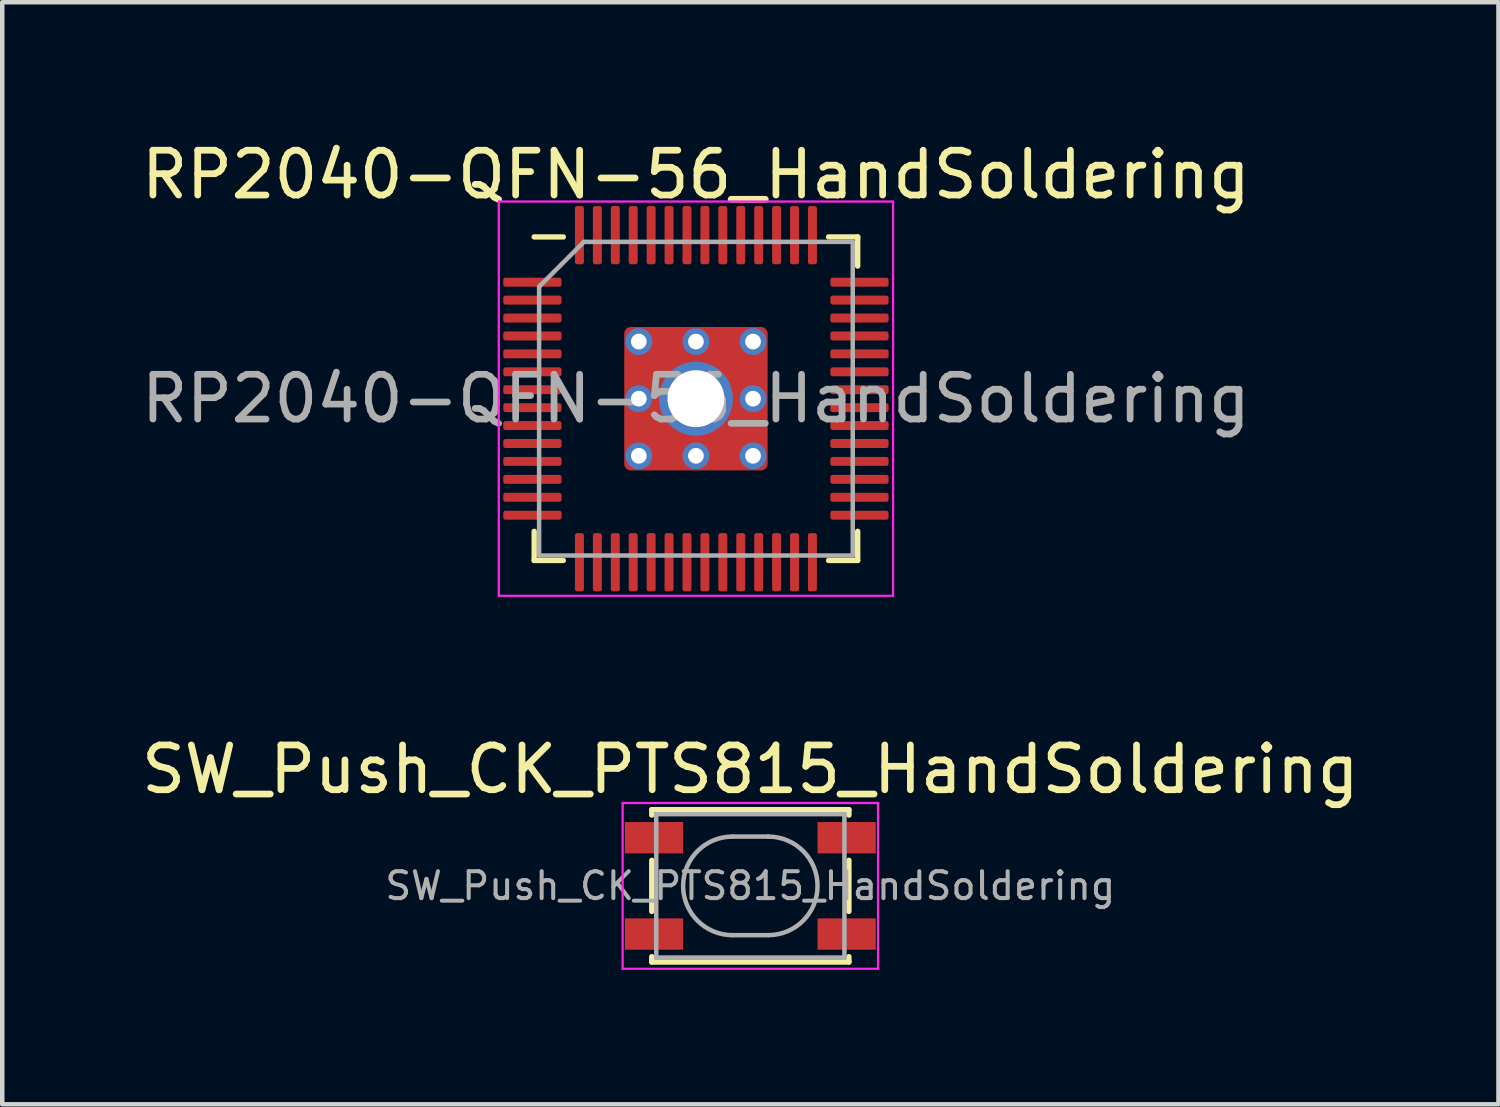
<source format=kicad_pcb>
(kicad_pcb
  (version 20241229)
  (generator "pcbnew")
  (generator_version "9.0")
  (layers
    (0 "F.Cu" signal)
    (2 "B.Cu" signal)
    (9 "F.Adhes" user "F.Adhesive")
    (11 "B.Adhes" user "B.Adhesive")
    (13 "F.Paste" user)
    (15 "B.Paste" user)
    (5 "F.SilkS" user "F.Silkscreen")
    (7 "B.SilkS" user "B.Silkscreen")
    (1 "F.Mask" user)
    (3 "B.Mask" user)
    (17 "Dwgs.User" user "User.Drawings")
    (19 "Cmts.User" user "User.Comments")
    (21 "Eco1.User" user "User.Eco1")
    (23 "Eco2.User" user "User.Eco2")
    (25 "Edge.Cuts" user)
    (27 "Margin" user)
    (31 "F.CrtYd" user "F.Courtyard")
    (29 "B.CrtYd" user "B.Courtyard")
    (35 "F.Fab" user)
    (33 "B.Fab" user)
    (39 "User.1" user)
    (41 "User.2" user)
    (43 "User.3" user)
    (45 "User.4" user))
  (footprint "SW_Push_CK_PTS815_HandSoldering"
    (layer "F.Cu")
    (at 13.696 16.721)
    (property "Reference" "SW_Push_CK_PTS815_HandSoldering" (at 0 -2.6 0) (layer "F.SilkS") (effects (font (size 1 1) (thickness 0.15))))
    (attr smd)
    (fp_line (start -2.2 -1.7) (end -2.2 -1.58) (stroke (width 0.12) (type solid)) (layer "F.SilkS"))
    (fp_line (start -2.2 -0.57) (end -2.2 0.57) (stroke (width 0.12) (type solid)) (layer "F.SilkS"))
    (fp_line (start -2.2 1.58) (end -2.2 1.7) (stroke (width 0.12) (type solid)) (layer "F.SilkS"))
    (fp_line (start -2.2 1.7) (end 2.2 1.7) (stroke (width 0.12) (type solid)) (layer "F.SilkS"))
    (fp_line (start 2.2 -1.7) (end -2.2 -1.7) (stroke (width 0.12) (type solid)) (layer "F.SilkS"))
    (fp_line (start 2.2 -1.58) (end 2.2 -1.7) (stroke (width 0.12) (type solid)) (layer "F.SilkS"))
    (fp_line (start 2.2 0.57) (end 2.2 -0.57) (stroke (width 0.12) (type solid)) (layer "F.SilkS"))
    (fp_line (start 2.2 1.7) (end 2.2 1.58) (stroke (width 0.12) (type solid)) (layer "F.SilkS"))
    (fp_line (start -2.85 -1.85) (end 2.85 -1.85) (stroke (width 0.05) (type solid)) (layer "F.CrtYd"))
    (fp_line (start -2.85 1.85) (end -2.85 -1.85) (stroke (width 0.05) (type solid)) (layer "F.CrtYd"))
    (fp_line (start 2.85 -1.85) (end 2.85 1.85) (stroke (width 0.05) (type solid)) (layer "F.CrtYd"))
    (fp_line (start 2.85 1.85) (end -2.85 1.85) (stroke (width 0.05) (type solid)) (layer "F.CrtYd"))
    (fp_line (start -2.1 -1.6) (end -2.1 1.6) (stroke (width 0.1) (type solid)) (layer "F.Fab"))
    (fp_line (start -2.1 1.6) (end 2.1 1.6) (stroke (width 0.1) (type solid)) (layer "F.Fab"))
    (fp_line (start -0.4 -1.1) (end 0.4 -1.1) (stroke (width 0.1) (type solid)) (layer "F.Fab"))
    (fp_line (start 0.4 1.1) (end -0.4 1.1) (stroke (width 0.1) (type solid)) (layer "F.Fab"))
    (fp_line (start 2.1 -1.6) (end -2.1 -1.6) (stroke (width 0.1) (type solid)) (layer "F.Fab"))
    (fp_line (start 2.1 1.6) (end 2.1 -1.6) (stroke (width 0.1) (type solid)) (layer "F.Fab"))
    (fp_arc (start -0.4 1.1) (mid -1.5 0) (end -0.4 -1.1) (stroke (width 0.1) (type solid)) (layer "F.Fab"))
    (fp_arc (start 0.4 -1.1) (mid 1.5 0) (end 0.4 1.1) (stroke (width 0.1) (type solid)) (layer "F.Fab"))
    (fp_text user "${REFERENCE}" (at 0 0 0) (layer "F.Fab") (effects (font (size 0.6 0.6) (thickness 0.09))))
    (pad "1" smd rect (at -2.15 -1.075) (size 1.3 0.7) (layers "F.Cu" "F.Mask" "F.Paste"))
    (pad "1" smd rect (at 2.15 -1.075) (size 1.3 0.7) (layers "F.Cu" "F.Mask" "F.Paste"))
    (pad "2" smd rect (at -2.15 1.075) (size 1.3 0.7) (layers "F.Cu" "F.Mask" "F.Paste"))
    (pad "2" smd rect (at 2.15 1.075) (size 1.3 0.7) (layers "F.Cu" "F.Mask" "F.Paste")))
  (footprint "RP2040-QFN-56_HandSoldering"
    (layer "F.Cu")
    (at 12.482 5.848)
    (property "Reference" "RP2040-QFN-56_HandSoldering" (at 0 -5 0) (layer "F.SilkS") (effects (font (size 1 1) (thickness 0.15))))
    (attr through_hole)
    (fp_line (start -3.61 3.61) (end -3.61 2.96) (stroke (width 0.12) (type solid)) (layer "F.SilkS"))
    (fp_line (start -2.96 -3.61) (end -3.61 -3.61) (stroke (width 0.12) (type solid)) (layer "F.SilkS"))
    (fp_line (start -2.96 3.61) (end -3.61 3.61) (stroke (width 0.12) (type solid)) (layer "F.SilkS"))
    (fp_line (start 2.96 -3.61) (end 3.61 -3.61) (stroke (width 0.12) (type solid)) (layer "F.SilkS"))
    (fp_line (start 2.96 3.61) (end 3.61 3.61) (stroke (width 0.12) (type solid)) (layer "F.SilkS"))
    (fp_line (start 3.61 -3.61) (end 3.61 -2.96) (stroke (width 0.12) (type solid)) (layer "F.SilkS"))
    (fp_line (start 3.61 3.61) (end 3.61 2.96) (stroke (width 0.12) (type solid)) (layer "F.SilkS"))
    (fp_line (start -4.4 -4.4) (end -4.4 4.4) (stroke (width 0.05) (type solid)) (layer "F.CrtYd"))
    (fp_line (start -4.4 4.4) (end 4.4 4.4) (stroke (width 0.05) (type solid)) (layer "F.CrtYd"))
    (fp_line (start 4.4 -4.4) (end -4.4 -4.4) (stroke (width 0.05) (type solid)) (layer "F.CrtYd"))
    (fp_line (start 4.4 4.4) (end 4.4 -4.4) (stroke (width 0.05) (type solid)) (layer "F.CrtYd"))
    (fp_line (start -3.5 -2.5) (end -2.5 -3.5) (stroke (width 0.1) (type solid)) (layer "F.Fab"))
    (fp_line (start -3.5 3.5) (end -3.5 -2.5) (stroke (width 0.1) (type solid)) (layer "F.Fab"))
    (fp_line (start -2.5 -3.5) (end 3.5 -3.5) (stroke (width 0.1) (type solid)) (layer "F.Fab"))
    (fp_line (start 3.5 -3.5) (end 3.5 3.5) (stroke (width 0.1) (type solid)) (layer "F.Fab"))
    (fp_line (start 3.5 3.5) (end -3.5 3.5) (stroke (width 0.1) (type solid)) (layer "F.Fab"))
    (fp_text user "${REFERENCE}" (at 0 0 0) (layer "F.Fab") (effects (font (size 1 1) (thickness 0.15))))
    (pad "1" smd roundrect (at -3.65 -2.6) (size 1.3 0.2) (layers "F.Cu" "F.Mask" "F.Paste") (roundrect_rratio 0.25))
    (pad "2" smd roundrect (at -3.65 -2.2) (size 1.3 0.2) (layers "F.Cu" "F.Mask" "F.Paste") (roundrect_rratio 0.25))
    (pad "3" smd roundrect (at -3.65 -1.8) (size 1.3 0.2) (layers "F.Cu" "F.Mask" "F.Paste") (roundrect_rratio 0.25))
    (pad "4" smd roundrect (at -3.65 -1.4) (size 1.3 0.2) (layers "F.Cu" "F.Mask" "F.Paste") (roundrect_rratio 0.25))
    (pad "5" smd roundrect (at -3.65 -1) (size 1.3 0.2) (layers "F.Cu" "F.Mask" "F.Paste") (roundrect_rratio 0.25))
    (pad "6" smd roundrect (at -3.65 -0.6) (size 1.3 0.2) (layers "F.Cu" "F.Mask" "F.Paste") (roundrect_rratio 0.25))
    (pad "7" smd roundrect (at -3.65 -0.2) (size 1.3 0.2) (layers "F.Cu" "F.Mask" "F.Paste") (roundrect_rratio 0.25))
    (pad "8" smd roundrect (at -3.65 0.2) (size 1.3 0.2) (layers "F.Cu" "F.Mask" "F.Paste") (roundrect_rratio 0.25))
    (pad "9" smd roundrect (at -3.65 0.6) (size 1.3 0.2) (layers "F.Cu" "F.Mask" "F.Paste") (roundrect_rratio 0.25))
    (pad "10" smd roundrect (at -3.65 1) (size 1.3 0.2) (layers "F.Cu" "F.Mask" "F.Paste") (roundrect_rratio 0.25))
    (pad "11" smd roundrect (at -3.65 1.4) (size 1.3 0.2) (layers "F.Cu" "F.Mask" "F.Paste") (roundrect_rratio 0.25))
    (pad "12" smd roundrect (at -3.65 1.8) (size 1.3 0.2) (layers "F.Cu" "F.Mask" "F.Paste") (roundrect_rratio 0.25))
    (pad "13" smd roundrect (at -3.65 2.2) (size 1.3 0.2) (layers "F.Cu" "F.Mask" "F.Paste") (roundrect_rratio 0.25))
    (pad "14" smd roundrect (at -3.65 2.6) (size 1.3 0.2) (layers "F.Cu" "F.Mask" "F.Paste") (roundrect_rratio 0.25))
    (pad "15" smd roundrect (at -2.6 3.65) (size 0.2 1.3) (layers "F.Cu" "F.Mask" "F.Paste") (roundrect_rratio 0.25))
    (pad "16" smd roundrect (at -2.2 3.65) (size 0.2 1.3) (layers "F.Cu" "F.Mask" "F.Paste") (roundrect_rratio 0.25))
    (pad "17" smd roundrect (at -1.8 3.65) (size 0.2 1.3) (layers "F.Cu" "F.Mask" "F.Paste") (roundrect_rratio 0.25))
    (pad "18" smd roundrect (at -1.4 3.65) (size 0.2 1.3) (layers "F.Cu" "F.Mask" "F.Paste") (roundrect_rratio 0.25))
    (pad "19" smd roundrect (at -1 3.65) (size 0.2 1.3) (layers "F.Cu" "F.Mask" "F.Paste") (roundrect_rratio 0.25))
    (pad "20" smd roundrect (at -0.6 3.65) (size 0.2 1.3) (layers "F.Cu" "F.Mask" "F.Paste") (roundrect_rratio 0.25))
    (pad "21" smd roundrect (at -0.2 3.65) (size 0.2 1.3) (layers "F.Cu" "F.Mask" "F.Paste") (roundrect_rratio 0.25))
    (pad "22" smd roundrect (at 0.2 3.65) (size 0.2 1.3) (layers "F.Cu" "F.Mask" "F.Paste") (roundrect_rratio 0.25))
    (pad "23" smd roundrect (at 0.6 3.65) (size 0.2 1.3) (layers "F.Cu" "F.Mask" "F.Paste") (roundrect_rratio 0.25))
    (pad "24" smd roundrect (at 1 3.65) (size 0.2 1.3) (layers "F.Cu" "F.Mask" "F.Paste") (roundrect_rratio 0.25))
    (pad "25" smd roundrect (at 1.4 3.65) (size 0.2 1.3) (layers "F.Cu" "F.Mask" "F.Paste") (roundrect_rratio 0.25))
    (pad "26" smd roundrect (at 1.8 3.65) (size 0.2 1.3) (layers "F.Cu" "F.Mask" "F.Paste") (roundrect_rratio 0.25))
    (pad "27" smd roundrect (at 2.2 3.65) (size 0.2 1.3) (layers "F.Cu" "F.Mask" "F.Paste") (roundrect_rratio 0.25))
    (pad "28" smd roundrect (at 2.6 3.65) (size 0.2 1.3) (layers "F.Cu" "F.Mask" "F.Paste") (roundrect_rratio 0.25))
    (pad "29" smd roundrect (at 3.65 2.6) (size 1.3 0.2) (layers "F.Cu" "F.Mask" "F.Paste") (roundrect_rratio 0.25))
    (pad "30" smd roundrect (at 3.65 2.2) (size 1.3 0.2) (layers "F.Cu" "F.Mask" "F.Paste") (roundrect_rratio 0.25))
    (pad "31" smd roundrect (at 3.65 1.8) (size 1.3 0.2) (layers "F.Cu" "F.Mask" "F.Paste") (roundrect_rratio 0.25))
    (pad "32" smd roundrect (at 3.65 1.4) (size 1.3 0.2) (layers "F.Cu" "F.Mask" "F.Paste") (roundrect_rratio 0.25))
    (pad "33" smd roundrect (at 3.65 1) (size 1.3 0.2) (layers "F.Cu" "F.Mask" "F.Paste") (roundrect_rratio 0.25))
    (pad "34" smd roundrect (at 3.65 0.6) (size 1.3 0.2) (layers "F.Cu" "F.Mask" "F.Paste") (roundrect_rratio 0.25))
    (pad "35" smd roundrect (at 3.65 0.2) (size 1.3 0.2) (layers "F.Cu" "F.Mask" "F.Paste") (roundrect_rratio 0.25))
    (pad "36" smd roundrect (at 3.65 -0.2) (size 1.3 0.2) (layers "F.Cu" "F.Mask" "F.Paste") (roundrect_rratio 0.25))
    (pad "37" smd roundrect (at 3.65 -0.6) (size 1.3 0.2) (layers "F.Cu" "F.Mask" "F.Paste") (roundrect_rratio 0.25))
    (pad "38" smd roundrect (at 3.65 -1) (size 1.3 0.2) (layers "F.Cu" "F.Mask" "F.Paste") (roundrect_rratio 0.25))
    (pad "39" smd roundrect (at 3.65 -1.4) (size 1.3 0.2) (layers "F.Cu" "F.Mask" "F.Paste") (roundrect_rratio 0.25))
    (pad "40" smd roundrect (at 3.65 -1.8) (size 1.3 0.2) (layers "F.Cu" "F.Mask" "F.Paste") (roundrect_rratio 0.25))
    (pad "41" smd roundrect (at 3.65 -2.2) (size 1.3 0.2) (layers "F.Cu" "F.Mask" "F.Paste") (roundrect_rratio 0.25))
    (pad "42" smd roundrect (at 3.65 -2.6) (size 1.3 0.2) (layers "F.Cu" "F.Mask" "F.Paste") (roundrect_rratio 0.25))
    (pad "43" smd roundrect (at 2.6 -3.65) (size 0.2 1.3) (layers "F.Cu" "F.Mask" "F.Paste") (roundrect_rratio 0.25))
    (pad "44" smd roundrect (at 2.2 -3.65) (size 0.2 1.3) (layers "F.Cu" "F.Mask" "F.Paste") (roundrect_rratio 0.25))
    (pad "45" smd roundrect (at 1.8 -3.65) (size 0.2 1.3) (layers "F.Cu" "F.Mask" "F.Paste") (roundrect_rratio 0.25))
    (pad "46" smd roundrect (at 1.4 -3.65) (size 0.2 1.3) (layers "F.Cu" "F.Mask" "F.Paste") (roundrect_rratio 0.25))
    (pad "47" smd roundrect (at 1 -3.65) (size 0.2 1.3) (layers "F.Cu" "F.Mask" "F.Paste") (roundrect_rratio 0.25))
    (pad "48" smd roundrect (at 0.6 -3.65) (size 0.2 1.3) (layers "F.Cu" "F.Mask" "F.Paste") (roundrect_rratio 0.25))
    (pad "49" smd roundrect (at 0.2 -3.65) (size 0.2 1.3) (layers "F.Cu" "F.Mask" "F.Paste") (roundrect_rratio 0.25))
    (pad "50" smd roundrect (at -0.2 -3.65) (size 0.2 1.3) (layers "F.Cu" "F.Mask" "F.Paste") (roundrect_rratio 0.25))
    (pad "51" smd roundrect (at -0.6 -3.65) (size 0.2 1.3) (layers "F.Cu" "F.Mask" "F.Paste") (roundrect_rratio 0.25))
    (pad "52" smd roundrect (at -1 -3.65) (size 0.2 1.3) (layers "F.Cu" "F.Mask" "F.Paste") (roundrect_rratio 0.25))
    (pad "53" smd roundrect (at -1.4 -3.65) (size 0.2 1.3) (layers "F.Cu" "F.Mask" "F.Paste") (roundrect_rratio 0.25))
    (pad "54" smd roundrect (at -1.8 -3.65) (size 0.2 1.3) (layers "F.Cu" "F.Mask" "F.Paste") (roundrect_rratio 0.25))
    (pad "55" smd roundrect (at -2.2 -3.65) (size 0.2 1.3) (layers "F.Cu" "F.Mask" "F.Paste") (roundrect_rratio 0.25))
    (pad "56" smd roundrect (at -2.6 -3.65) (size 0.2 1.3) (layers "F.Cu" "F.Mask" "F.Paste") (roundrect_rratio 0.25))
    (pad "57" thru_hole circle (at -1.275 -1.275) (size 0.6 0.6) (drill 0.35) (layers "*.Cu"))
    (pad "57" thru_hole circle (at -1.275 0) (size 0.6 0.6) (drill 0.35) (layers "*.Cu"))
    (pad "57" thru_hole circle (at -1.275 1.275) (size 0.6 0.6) (drill 0.35) (layers "*.Cu"))
    (pad "57" thru_hole circle (at 0 -1.275) (size 0.6 0.6) (drill 0.35) (layers "*.Cu"))
    (pad "57" thru_hole circle (at 0 0) (size 1.651 1.651) (drill 1.27) (layers "*.Cu" "*.Mask"))
    (pad "57" smd roundrect (at 0 0) (size 3.2 3.2) (layers "F.Cu" "F.Mask") (roundrect_rratio 0.045))
    (pad "57" thru_hole circle (at 0 1.275) (size 0.6 0.6) (drill 0.35) (layers "*.Cu"))
    (pad "57" thru_hole circle (at 1.275 -1.275) (size 0.6 0.6) (drill 0.35) (layers "*.Cu"))
    (pad "57" thru_hole circle (at 1.275 0) (size 0.6 0.6) (drill 0.35) (layers "*.Cu"))
    (pad "57" thru_hole circle (at 1.275 1.275) (size 0.6 0.6) (drill 0.35) (layers "*.Cu")))
  (gr_rect
    (start -3 -3)
    (end 30.393 21.596)
    (stroke (width 0.1) (type default))
    (fill no)
    (layer "Edge.Cuts")))
</source>
